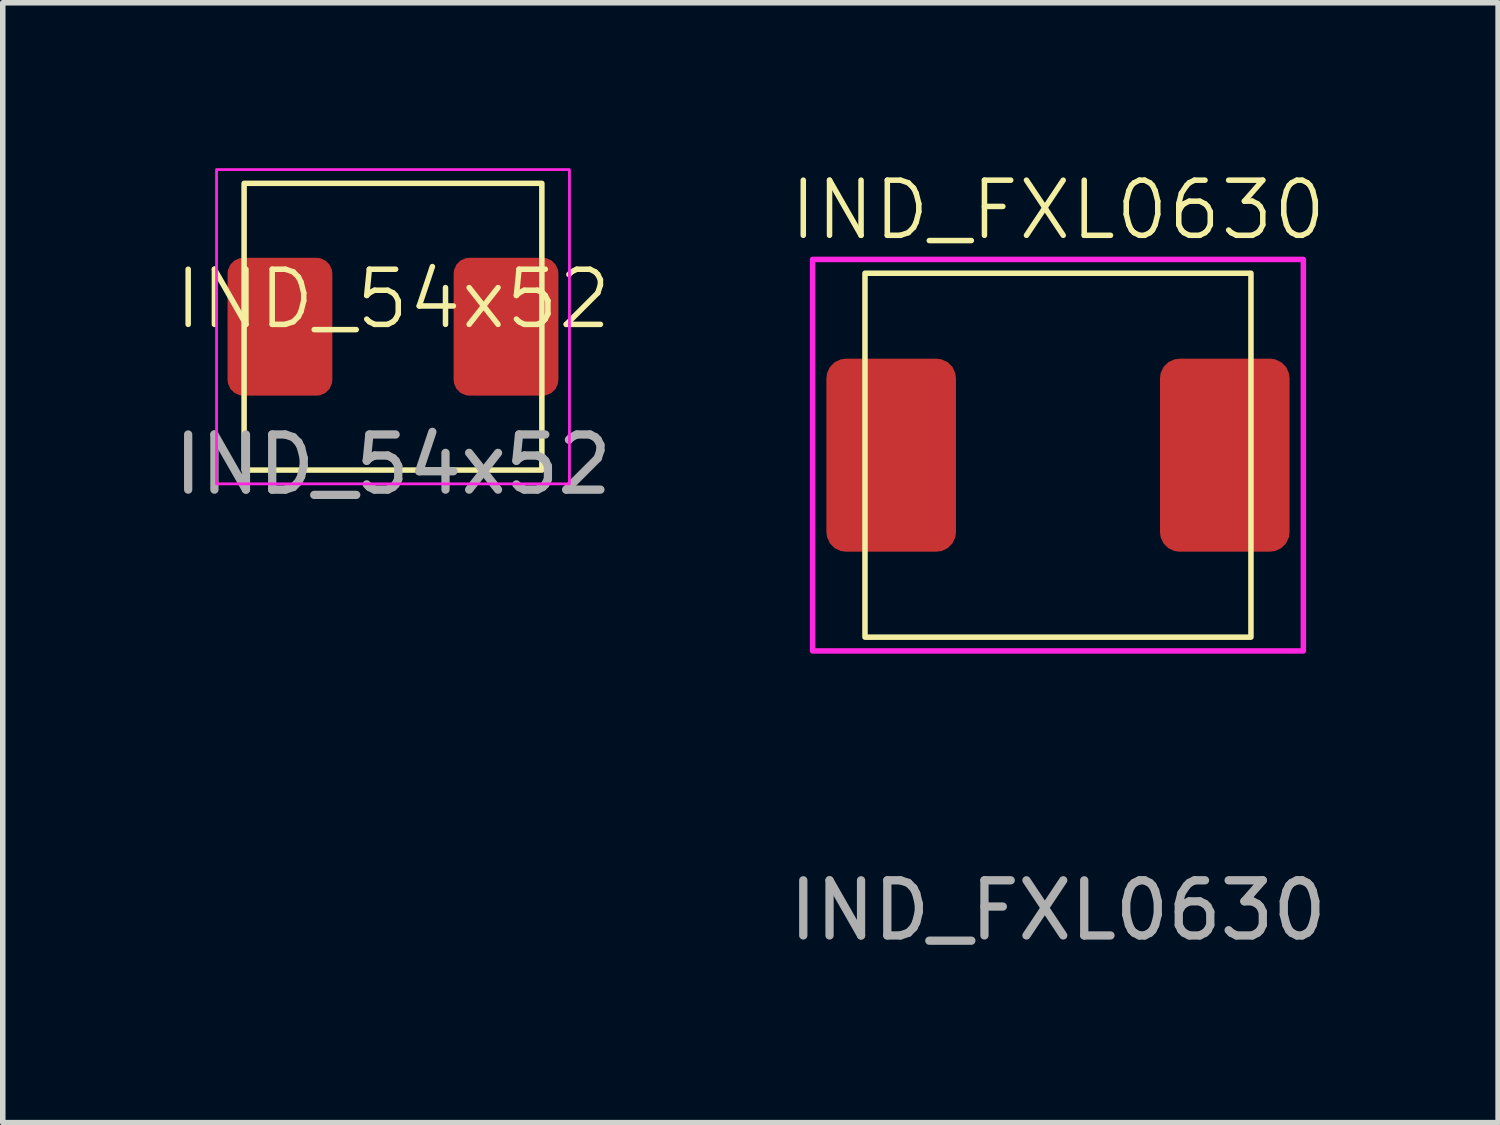
<source format=kicad_pcb>
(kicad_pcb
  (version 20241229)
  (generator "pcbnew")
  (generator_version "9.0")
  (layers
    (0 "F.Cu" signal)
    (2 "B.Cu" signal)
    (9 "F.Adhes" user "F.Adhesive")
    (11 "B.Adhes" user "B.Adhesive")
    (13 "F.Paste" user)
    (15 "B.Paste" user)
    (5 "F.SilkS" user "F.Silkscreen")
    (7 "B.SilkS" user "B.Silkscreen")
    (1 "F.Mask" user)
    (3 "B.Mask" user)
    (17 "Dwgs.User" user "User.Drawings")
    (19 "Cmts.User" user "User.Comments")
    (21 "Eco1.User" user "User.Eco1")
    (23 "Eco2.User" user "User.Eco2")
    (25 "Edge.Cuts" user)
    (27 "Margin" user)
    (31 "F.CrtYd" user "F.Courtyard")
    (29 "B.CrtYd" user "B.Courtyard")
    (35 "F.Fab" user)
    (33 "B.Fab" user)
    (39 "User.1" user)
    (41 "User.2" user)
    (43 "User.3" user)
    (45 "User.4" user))
  (footprint "IND_FXL0630"
    (layer "F.Cu")
    (at 16.137 5.205)
    (property "Reference" "IND_FXL0630" (at 0 -4.445 0) (unlocked yes) (layer "F.SilkS") (effects (font (size 1 1) (thickness 0.1))))
    (attr smd)
    (fp_rect (start -3.5 -3.3) (end 3.5 3.3) (stroke (width 0.1) (type solid)) (fill no) (layer "F.SilkS"))
    (fp_rect (start -4.45 -3.55) (end 4.45 3.55) (stroke (width 0.1) (type solid)) (fill no) (layer "F.CrtYd"))
    (fp_text user "${REFERENCE}" (at 0 8.255 0) (unlocked yes) (layer "F.Fab") (effects (font (size 1 1) (thickness 0.15))))
    (pad "1" smd roundrect (at -3.025 0) (size 2.35 3.5) (layers "F.Cu" "F.Mask" "F.Paste") (roundrect_rratio 0.15))
    (pad "2" smd roundrect (at 3.025 0) (size 2.35 3.5) (layers "F.Cu" "F.Mask" "F.Paste") (roundrect_rratio 0.15)))
  (footprint "IND_54x52"
    (layer "F.Cu")
    (at 4.077 2.875)
    (property "Reference" "IND_54x52" (at 0 -0.5 0) (unlocked yes) (layer "F.SilkS") (effects (font (size 1 1) (thickness 0.1))))
    (attr smd)
    (fp_rect (start -2.7 -2.6) (end 2.7 2.6) (stroke (width 0.1) (type solid)) (fill no) (layer "F.SilkS"))
    (fp_rect (start -3.2 -2.85) (end 3.2 2.85) (stroke (width 0.05) (type solid)) (fill no) (layer "F.CrtYd"))
    (fp_text user "${REFERENCE}" (at 0 2.5 0) (unlocked yes) (layer "F.Fab") (effects (font (size 1 1) (thickness 0.15))))
    (pad "1" smd roundrect (at -2.05 0) (size 1.9 2.5) (layers "F.Cu" "F.Mask" "F.Paste") (roundrect_rratio 0.15))
    (pad "2" smd roundrect (at 2.05 0) (size 1.9 2.5) (layers "F.Cu" "F.Mask" "F.Paste") (roundrect_rratio 0.15)))
  (gr_rect
    (start -3 -3)
    (end 24.119 17.309)
    (stroke (width 0.1) (type default))
    (fill no)
    (layer "Edge.Cuts")))
</source>
